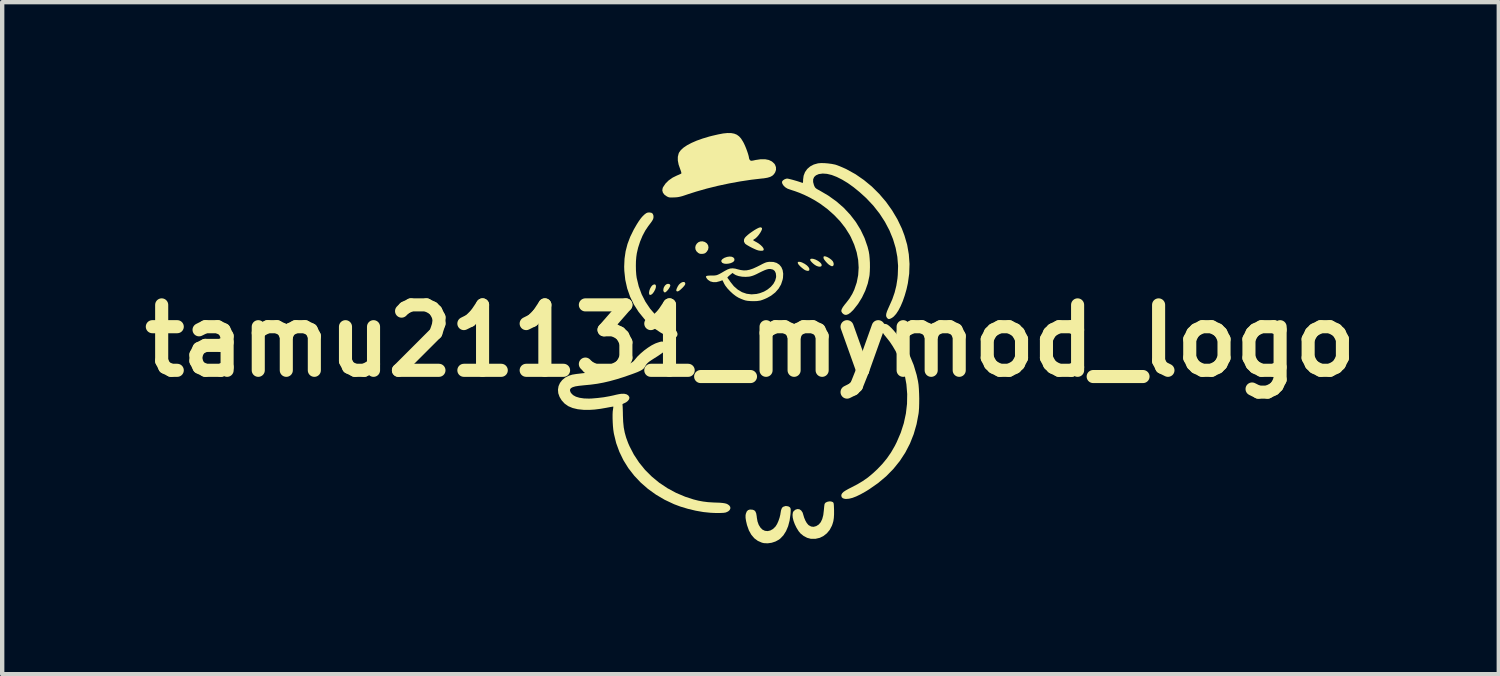
<source format=kicad_pcb>
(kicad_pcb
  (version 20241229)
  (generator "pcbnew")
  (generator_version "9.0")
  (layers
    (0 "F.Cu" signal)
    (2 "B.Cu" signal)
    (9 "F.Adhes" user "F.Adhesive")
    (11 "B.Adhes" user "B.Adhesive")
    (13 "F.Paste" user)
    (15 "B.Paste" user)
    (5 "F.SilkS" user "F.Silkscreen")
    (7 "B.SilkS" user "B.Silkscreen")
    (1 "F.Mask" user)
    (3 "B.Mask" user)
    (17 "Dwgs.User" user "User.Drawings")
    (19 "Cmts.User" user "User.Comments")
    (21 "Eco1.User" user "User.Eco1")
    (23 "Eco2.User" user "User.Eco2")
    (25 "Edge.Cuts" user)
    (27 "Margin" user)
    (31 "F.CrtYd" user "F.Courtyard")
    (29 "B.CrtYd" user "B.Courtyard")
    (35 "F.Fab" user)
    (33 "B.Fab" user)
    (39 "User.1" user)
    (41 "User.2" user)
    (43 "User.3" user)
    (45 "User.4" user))
  (footprint "tamu21131_mymod_logo"
    (layer "F.Cu")
    (at 14.157 4.762)
    (property "Reference" "tamu21131_mymod_logo" (at 0 0 0) (layer "F.SilkS") (effects (font (size 1.5 1.5) (thickness 0.3))))
    (attr board_only exclude_from_pos_files exclude_from_bom)
    (fp_poly (pts (xy -2.183 -1.287) (xy -2.169 -1.266) (xy -2.168 -1.231) (xy -2.181 -1.185) (xy -2.187 -1.171) (xy -2.214 -1.121) (xy -2.243 -1.082) (xy -2.272 -1.058) (xy -2.297 -1.049) (xy -2.317 -1.057) (xy -2.324 -1.071) (xy -2.326 -1.11) (xy -2.316 -1.158) (xy -2.296 -1.207) (xy -2.269 -1.25) (xy -2.242 -1.277) (xy -2.207 -1.292)) (stroke (width 0) (type solid)) (fill yes) (layer "F.SilkS"))
    (fp_poly (pts (xy -1.862 -1.3) (xy -1.846 -1.287) (xy -1.838 -1.272) (xy -1.841 -1.253) (xy -1.855 -1.223) (xy -1.858 -1.216) (xy -1.881 -1.181) (xy -1.908 -1.148) (xy -1.936 -1.121) (xy -1.958 -1.107) (xy -1.963 -1.106) (xy -1.978 -1.113) (xy -1.986 -1.12) (xy -1.999 -1.148) (xy -1.996 -1.19) (xy -1.984 -1.228) (xy -1.959 -1.267) (xy -1.928 -1.294) (xy -1.893 -1.305)) (stroke (width 0) (type solid)) (fill yes) (layer "F.SilkS"))
    (fp_poly (pts (xy -0.432 -1.926) (xy -0.395 -1.91) (xy -0.372 -1.884) (xy -0.367 -1.849) (xy -0.381 -1.821) (xy -0.413 -1.797) (xy -0.457 -1.778) (xy -0.508 -1.767) (xy -0.56 -1.763) (xy -0.607 -1.768) (xy -0.644 -1.784) (xy -0.648 -1.786) (xy -0.668 -1.814) (xy -0.667 -1.843) (xy -0.643 -1.872) (xy -0.599 -1.9) (xy -0.597 -1.901) (xy -0.537 -1.922) (xy -0.481 -1.93)) (stroke (width 0) (type solid)) (fill yes) (layer "F.SilkS"))
    (fp_poly (pts (xy 1.15 -1.805) (xy 1.184 -1.793) (xy 1.244 -1.762) (xy 1.294 -1.726) (xy 1.33 -1.688) (xy 1.349 -1.652) (xy 1.349 -1.619) (xy 1.349 -1.618) (xy 1.332 -1.604) (xy 1.302 -1.602) (xy 1.264 -1.613) (xy 1.232 -1.63) (xy 1.199 -1.655) (xy 1.159 -1.688) (xy 1.135 -1.71) (xy 1.099 -1.751) (xy 1.083 -1.783) (xy 1.087 -1.803) (xy 1.109 -1.811)) (stroke (width 0) (type solid)) (fill yes) (layer "F.SilkS"))
    (fp_poly (pts (xy -1.503 -1.336) (xy -1.494 -1.309) (xy -1.494 -1.308) (xy -1.501 -1.284) (xy -1.524 -1.252) (xy -1.564 -1.209) (xy -1.569 -1.204) (xy -1.618 -1.159) (xy -1.657 -1.134) (xy -1.685 -1.13) (xy -1.701 -1.146) (xy -1.701 -1.146) (xy -1.7 -1.169) (xy -1.688 -1.204) (xy -1.669 -1.243) (xy -1.645 -1.28) (xy -1.629 -1.298) (xy -1.593 -1.328) (xy -1.556 -1.345) (xy -1.525 -1.347)) (stroke (width 0) (type solid)) (fill yes) (layer "F.SilkS"))
    (fp_poly (pts (xy -1.046 -2.264) (xy -1 -2.232) (xy -0.972 -2.189) (xy -0.963 -2.139) (xy -0.973 -2.087) (xy -1.004 -2.039) (xy -1.034 -2.011) (xy -1.065 -1.997) (xy -1.101 -1.992) (xy -1.143 -1.991) (xy -1.174 -1.999) (xy -1.2 -2.014) (xy -1.241 -2.053) (xy -1.262 -2.097) (xy -1.266 -2.143) (xy -1.255 -2.188) (xy -1.23 -2.227) (xy -1.195 -2.258) (xy -1.15 -2.276) (xy -1.099 -2.279)) (stroke (width 0) (type solid)) (fill yes) (layer "F.SilkS"))
    (fp_poly (pts (xy 1.444 -1.876) (xy 1.487 -1.862) (xy 1.53 -1.841) (xy 1.571 -1.815) (xy 1.605 -1.786) (xy 1.627 -1.757) (xy 1.633 -1.729) (xy 1.633 -1.727) (xy 1.62 -1.705) (xy 1.592 -1.697) (xy 1.552 -1.702) (xy 1.511 -1.717) (xy 1.473 -1.74) (xy 1.435 -1.77) (xy 1.402 -1.802) (xy 1.378 -1.831) (xy 1.367 -1.853) (xy 1.367 -1.857) (xy 1.38 -1.876) (xy 1.408 -1.881)) (stroke (width 0) (type solid)) (fill yes) (layer "F.SilkS"))
    (fp_poly (pts (xy 1.734 -1.929) (xy 1.774 -1.912) (xy 1.815 -1.887) (xy 1.854 -1.857) (xy 1.884 -1.826) (xy 1.889 -1.818) (xy 1.905 -1.783) (xy 1.908 -1.748) (xy 1.899 -1.722) (xy 1.893 -1.716) (xy 1.878 -1.709) (xy 1.865 -1.708) (xy 1.845 -1.716) (xy 1.826 -1.726) (xy 1.795 -1.746) (xy 1.759 -1.779) (xy 1.724 -1.817) (xy 1.694 -1.855) (xy 1.677 -1.886) (xy 1.675 -1.892) (xy 1.674 -1.918) (xy 1.68 -1.932) (xy 1.701 -1.937)) (stroke (width 0) (type solid)) (fill yes) (layer "F.SilkS"))
    (fp_poly (pts (xy 0.252 -2.593) (xy 0.264 -2.581) (xy 0.263 -2.555) (xy 0.248 -2.518) (xy 0.223 -2.474) (xy 0.191 -2.428) (xy 0.155 -2.385) (xy 0.119 -2.35) (xy 0.09 -2.33) (xy 0.068 -2.316) (xy 0.059 -2.307) (xy 0.069 -2.299) (xy 0.094 -2.283) (xy 0.13 -2.263) (xy 0.135 -2.261) (xy 0.186 -2.23) (xy 0.233 -2.193) (xy 0.271 -2.156) (xy 0.296 -2.121) (xy 0.304 -2.093) (xy 0.304 -2.091) (xy 0.296 -2.072) (xy 0.275 -2.064) (xy 0.259 -2.063) (xy 0.217 -2.064) (xy 0.18 -2.07) (xy 0.142 -2.082) (xy 0.093 -2.103) (xy 0.038 -2.129) (xy -0.016 -2.157) (xy -0.065 -2.185) (xy -0.103 -2.209) (xy -0.125 -2.227) (xy -0.149 -2.271) (xy -0.149 -2.317) (xy -0.132 -2.356) (xy -0.105 -2.387) (xy -0.065 -2.424) (xy -0.015 -2.464) (xy 0.041 -2.503) (xy 0.097 -2.54) (xy 0.149 -2.57) (xy 0.193 -2.591) (xy 0.225 -2.6) (xy 0.227 -2.6)) (stroke (width 0) (type solid)) (fill yes) (layer "F.SilkS"))
    (fp_poly (pts (xy 0.862 3.797) (xy 0.881 3.805) (xy 0.901 3.818) (xy 0.914 3.834) (xy 0.921 3.858) (xy 0.922 3.894) (xy 0.919 3.947) (xy 0.917 3.978) (xy 0.897 4.123) (xy 0.863 4.253) (xy 0.815 4.366) (xy 0.755 4.461) (xy 0.682 4.537) (xy 0.653 4.56) (xy 0.574 4.603) (xy 0.486 4.632) (xy 0.395 4.645) (xy 0.308 4.641) (xy 0.262 4.63) (xy 0.168 4.589) (xy 0.086 4.528) (xy 0.018 4.447) (xy -0.037 4.348) (xy -0.079 4.229) (xy -0.081 4.222) (xy -0.102 4.132) (xy -0.113 4.06) (xy -0.113 4.001) (xy -0.106 3.966) (xy -0.086 3.915) (xy -0.056 3.884) (xy -0.015 3.871) (xy -0.001 3.871) (xy 0.05 3.875) (xy 0.087 3.889) (xy 0.113 3.916) (xy 0.131 3.959) (xy 0.142 4.022) (xy 0.146 4.059) (xy 0.161 4.144) (xy 0.189 4.222) (xy 0.229 4.286) (xy 0.273 4.33) (xy 0.33 4.358) (xy 0.392 4.365) (xy 0.454 4.351) (xy 0.515 4.317) (xy 0.569 4.265) (xy 0.578 4.253) (xy 0.61 4.202) (xy 0.64 4.135) (xy 0.666 4.06) (xy 0.684 3.987) (xy 0.688 3.959) (xy 0.699 3.895) (xy 0.713 3.851) (xy 0.731 3.822) (xy 0.753 3.806) (xy 0.808 3.789)) (stroke (width 0) (type solid)) (fill yes) (layer "F.SilkS"))
    (fp_poly (pts (xy 1.847 3.685) (xy 1.884 3.698) (xy 1.888 3.701) (xy 1.898 3.71) (xy 1.905 3.724) (xy 1.909 3.746) (xy 1.912 3.781) (xy 1.914 3.833) (xy 1.916 3.88) (xy 1.916 3.981) (xy 1.911 4.065) (xy 1.9 4.137) (xy 1.881 4.202) (xy 1.867 4.241) (xy 1.817 4.336) (xy 1.752 4.415) (xy 1.675 4.476) (xy 1.589 4.519) (xy 1.494 4.541) (xy 1.395 4.542) (xy 1.382 4.541) (xy 1.299 4.519) (xy 1.219 4.477) (xy 1.149 4.421) (xy 1.103 4.366) (xy 1.055 4.288) (xy 1.016 4.208) (xy 0.987 4.13) (xy 0.969 4.058) (xy 0.964 3.994) (xy 0.971 3.942) (xy 0.989 3.907) (xy 1.034 3.872) (xy 1.081 3.859) (xy 1.125 3.866) (xy 1.163 3.893) (xy 1.194 3.938) (xy 1.211 3.992) (xy 1.23 4.056) (xy 1.256 4.119) (xy 1.288 4.176) (xy 1.322 4.218) (xy 1.335 4.23) (xy 1.39 4.26) (xy 1.446 4.267) (xy 1.506 4.251) (xy 1.508 4.25) (xy 1.565 4.214) (xy 1.611 4.16) (xy 1.645 4.088) (xy 1.669 3.997) (xy 1.682 3.888) (xy 1.687 3.834) (xy 1.692 3.786) (xy 1.697 3.752) (xy 1.701 3.738) (xy 1.722 3.712) (xy 1.759 3.694) (xy 1.803 3.684)) (stroke (width 0) (type solid)) (fill yes) (layer "F.SilkS"))
    (fp_poly (pts (xy -2.273 -2.934) (xy -2.241 -2.911) (xy -2.226 -2.872) (xy -2.224 -2.844) (xy -2.225 -2.819) (xy -2.231 -2.795) (xy -2.243 -2.768) (xy -2.264 -2.734) (xy -2.296 -2.69) (xy -2.34 -2.632) (xy -2.348 -2.621) (xy -2.415 -2.521) (xy -2.477 -2.403) (xy -2.531 -2.273) (xy -2.576 -2.135) (xy -2.606 -2.006) (xy -2.618 -1.922) (xy -2.626 -1.823) (xy -2.628 -1.717) (xy -2.626 -1.611) (xy -2.619 -1.514) (xy -2.609 -1.44) (xy -2.562 -1.245) (xy -2.495 -1.063) (xy -2.408 -0.893) (xy -2.301 -0.734) (xy -2.172 -0.585) (xy -2.141 -0.552) (xy -2.099 -0.512) (xy -2.058 -0.476) (xy -2.015 -0.443) (xy -1.966 -0.409) (xy -1.906 -0.371) (xy -1.831 -0.325) (xy -1.797 -0.305) (xy -1.738 -0.263) (xy -1.697 -0.219) (xy -1.676 -0.174) (xy -1.674 -0.131) (xy -1.694 -0.093) (xy -1.699 -0.088) (xy -1.732 -0.065) (xy -1.771 -0.058) (xy -1.82 -0.066) (xy -1.881 -0.089) (xy -1.935 -0.115) (xy -2.069 -0.192) (xy -2.186 -0.27) (xy -2.292 -0.357) (xy -2.394 -0.455) (xy -2.433 -0.498) (xy -2.564 -0.659) (xy -2.673 -0.83) (xy -2.761 -1.011) (xy -2.827 -1.2) (xy -2.871 -1.397) (xy -2.893 -1.602) (xy -2.896 -1.7) (xy -2.888 -1.88) (xy -2.863 -2.051) (xy -2.82 -2.217) (xy -2.758 -2.382) (xy -2.676 -2.549) (xy -2.606 -2.67) (xy -2.56 -2.742) (xy -2.521 -2.797) (xy -2.485 -2.841) (xy -2.448 -2.878) (xy -2.424 -2.9) (xy -2.388 -2.926) (xy -2.357 -2.938) (xy -2.322 -2.941)) (stroke (width 0) (type solid)) (fill yes) (layer "F.SilkS"))
    (fp_poly (pts (xy 3.119 -0.379) (xy 3.148 -0.364) (xy 3.183 -0.337) (xy 3.227 -0.295) (xy 3.278 -0.241) (xy 3.33 -0.18) (xy 3.381 -0.115) (xy 3.405 -0.083) (xy 3.539 0.123) (xy 3.651 0.337) (xy 3.742 0.558) (xy 3.81 0.785) (xy 3.841 0.929) (xy 3.853 1.008) (xy 3.861 1.105) (xy 3.866 1.212) (xy 3.869 1.325) (xy 3.868 1.437) (xy 3.865 1.542) (xy 3.858 1.634) (xy 3.853 1.674) (xy 3.808 1.913) (xy 3.742 2.142) (xy 3.656 2.359) (xy 3.549 2.565) (xy 3.423 2.758) (xy 3.276 2.94) (xy 3.11 3.109) (xy 2.924 3.265) (xy 2.719 3.408) (xy 2.643 3.455) (xy 2.527 3.52) (xy 2.426 3.569) (xy 2.338 3.603) (xy 2.261 3.622) (xy 2.192 3.628) (xy 2.165 3.626) (xy 2.119 3.613) (xy 2.091 3.587) (xy 2.082 3.552) (xy 2.087 3.523) (xy 2.104 3.495) (xy 2.134 3.465) (xy 2.181 3.434) (xy 2.245 3.398) (xy 2.31 3.365) (xy 2.452 3.291) (xy 2.577 3.216) (xy 2.693 3.135) (xy 2.804 3.042) (xy 2.908 2.946) (xy 3.027 2.821) (xy 3.131 2.694) (xy 3.224 2.559) (xy 3.31 2.41) (xy 3.353 2.324) (xy 3.445 2.11) (xy 3.515 1.892) (xy 3.563 1.67) (xy 3.589 1.447) (xy 3.593 1.223) (xy 3.575 1) (xy 3.535 0.78) (xy 3.472 0.565) (xy 3.387 0.356) (xy 3.382 0.345) (xy 3.324 0.232) (xy 3.26 0.123) (xy 3.193 0.023) (xy 3.128 -0.06) (xy 3.066 -0.136) (xy 3.023 -0.2) (xy 2.997 -0.255) (xy 2.988 -0.301) (xy 2.995 -0.341) (xy 3.007 -0.362) (xy 3.034 -0.383) (xy 3.074 -0.388)) (stroke (width 0) (type solid)) (fill yes) (layer "F.SilkS"))
    (fp_poly (pts (xy -0.445 -4.761) (xy -0.374 -4.748) (xy -0.314 -4.724) (xy -0.262 -4.686) (xy -0.216 -4.635) (xy -0.175 -4.57) (xy -0.153 -4.53) (xy -0.126 -4.472) (xy -0.1 -4.409) (xy -0.076 -4.344) (xy -0.056 -4.284) (xy -0.042 -4.234) (xy -0.035 -4.199) (xy -0.035 -4.195) (xy -0.027 -4.163) (xy -0.013 -4.143) (xy -0.002 -4.133) (xy 0.01 -4.127) (xy 0.029 -4.127) (xy 0.059 -4.131) (xy 0.105 -4.141) (xy 0.119 -4.144) (xy 0.234 -4.161) (xy 0.335 -4.161) (xy 0.421 -4.144) (xy 0.491 -4.11) (xy 0.546 -4.06) (xy 0.563 -4.035) (xy 0.584 -3.979) (xy 0.585 -3.917) (xy 0.566 -3.861) (xy 0.537 -3.817) (xy 0.5 -3.782) (xy 0.451 -3.756) (xy 0.387 -3.737) (xy 0.304 -3.723) (xy 0.259 -3.719) (xy 0.018 -3.691) (xy -0.234 -3.653) (xy -0.492 -3.606) (xy -0.749 -3.551) (xy -1 -3.489) (xy -1.239 -3.421) (xy -1.418 -3.364) (xy -1.495 -3.338) (xy -1.555 -3.318) (xy -1.603 -3.305) (xy -1.644 -3.296) (xy -1.682 -3.29) (xy -1.723 -3.287) (xy -1.747 -3.286) (xy -1.803 -3.284) (xy -1.841 -3.284) (xy -1.869 -3.288) (xy -1.894 -3.297) (xy -1.918 -3.309) (xy -1.973 -3.348) (xy -2.008 -3.395) (xy -2.022 -3.447) (xy -2.013 -3.502) (xy -2.004 -3.521) (xy -1.95 -3.602) (xy -1.876 -3.676) (xy -1.784 -3.74) (xy -1.686 -3.788) (xy -1.643 -3.806) (xy -1.608 -3.822) (xy -1.588 -3.833) (xy -1.585 -3.835) (xy -1.585 -3.849) (xy -1.592 -3.879) (xy -1.606 -3.919) (xy -1.611 -3.932) (xy -1.648 -4.039) (xy -1.666 -4.133) (xy -1.666 -4.216) (xy -1.648 -4.29) (xy -1.636 -4.317) (xy -1.596 -4.372) (xy -1.534 -4.428) (xy -1.452 -4.483) (xy -1.351 -4.536) (xy -1.232 -4.588) (xy -1.097 -4.636) (xy -0.947 -4.681) (xy -0.876 -4.699) (xy -0.742 -4.73) (xy -0.627 -4.752) (xy -0.528 -4.762)) (stroke (width 0) (type solid)) (fill yes) (layer "F.SilkS"))
    (fp_poly (pts (xy 0.525 -1.806) (xy 0.6 -1.784) (xy 0.661 -1.744) (xy 0.707 -1.689) (xy 0.737 -1.619) (xy 0.75 -1.536) (xy 0.745 -1.441) (xy 0.736 -1.397) (xy 0.701 -1.291) (xy 0.644 -1.194) (xy 0.568 -1.107) (xy 0.473 -1.033) (xy 0.382 -0.982) (xy 0.329 -0.958) (xy 0.275 -0.937) (xy 0.23 -0.922) (xy 0.214 -0.919) (xy 0.152 -0.91) (xy 0.078 -0.907) (xy 0.001 -0.909) (xy -0.07 -0.915) (xy -0.118 -0.924) (xy -0.161 -0.938) (xy -0.214 -0.959) (xy -0.266 -0.982) (xy -0.271 -0.984) (xy -0.334 -1.022) (xy -0.402 -1.074) (xy -0.468 -1.135) (xy -0.529 -1.2) (xy -0.578 -1.264) (xy -0.606 -1.312) (xy -0.623 -1.348) (xy -0.636 -1.374) (xy -0.641 -1.385) (xy -0.652 -1.383) (xy -0.678 -1.374) (xy -0.704 -1.364) (xy -0.782 -1.344) (xy -0.855 -1.343) (xy -0.921 -1.36) (xy -0.975 -1.396) (xy -0.996 -1.419) (xy -1.011 -1.442) (xy -0.53 -1.442) (xy -0.529 -1.441) (xy -0.518 -1.429) (xy -0.497 -1.401) (xy -0.471 -1.364) (xy -0.46 -1.348) (xy -0.381 -1.249) (xy -0.291 -1.171) (xy -0.194 -1.113) (xy -0.089 -1.077) (xy 0.022 -1.063) (xy 0.138 -1.072) (xy 0.214 -1.09) (xy 0.309 -1.126) (xy 0.394 -1.176) (xy 0.467 -1.236) (xy 0.525 -1.303) (xy 0.565 -1.376) (xy 0.586 -1.451) (xy 0.588 -1.483) (xy 0.58 -1.549) (xy 0.556 -1.599) (xy 0.516 -1.631) (xy 0.46 -1.644) (xy 0.417 -1.644) (xy 0.379 -1.636) (xy 0.332 -1.62) (xy 0.272 -1.593) (xy 0.204 -1.56) (xy 0.135 -1.525) (xy 0.081 -1.501) (xy 0.036 -1.485) (xy -0.006 -1.474) (xy -0.034 -1.469) (xy -0.113 -1.464) (xy -0.194 -1.468) (xy -0.271 -1.482) (xy -0.336 -1.504) (xy -0.38 -1.53) (xy -0.412 -1.554) (xy -0.476 -1.502) (xy -0.507 -1.475) (xy -0.526 -1.454) (xy -0.53 -1.442) (xy -1.011 -1.442) (xy -1.016 -1.449) (xy -1.022 -1.47) (xy -1.011 -1.483) (xy -0.981 -1.491) (xy -0.932 -1.494) (xy -0.896 -1.494) (xy -0.85 -1.494) (xy -0.813 -1.497) (xy -0.781 -1.502) (xy -0.749 -1.513) (xy -0.712 -1.53) (xy -0.665 -1.556) (xy -0.604 -1.592) (xy -0.594 -1.598) (xy -0.526 -1.634) (xy -0.468 -1.655) (xy -0.411 -1.66) (xy -0.35 -1.653) (xy -0.302 -1.64) (xy -0.226 -1.621) (xy -0.157 -1.612) (xy -0.089 -1.614) (xy -0.019 -1.628) (xy 0.058 -1.654) (xy 0.146 -1.694) (xy 0.22 -1.731) (xy 0.279 -1.762) (xy 0.324 -1.783) (xy 0.36 -1.797) (xy 0.393 -1.804) (xy 0.428 -1.809) (xy 0.436 -1.809)) (stroke (width 0) (type solid)) (fill yes) (layer "F.SilkS"))
    (fp_poly (pts (xy 1.694 -4.072) (xy 1.778 -4.065) (xy 1.862 -4.054) (xy 1.937 -4.039) (xy 1.949 -4.036) (xy 1.993 -4.021) (xy 2.052 -3.998) (xy 2.118 -3.97) (xy 2.185 -3.94) (xy 2.207 -3.929) (xy 2.409 -3.817) (xy 2.601 -3.684) (xy 2.783 -3.534) (xy 2.952 -3.366) (xy 3.107 -3.185) (xy 3.246 -2.99) (xy 3.368 -2.785) (xy 3.47 -2.572) (xy 3.529 -2.416) (xy 3.592 -2.201) (xy 3.63 -1.982) (xy 3.646 -1.761) (xy 3.639 -1.538) (xy 3.608 -1.316) (xy 3.578 -1.181) (xy 3.537 -1.038) (xy 3.492 -0.908) (xy 3.443 -0.793) (xy 3.392 -0.695) (xy 3.339 -0.615) (xy 3.285 -0.555) (xy 3.244 -0.524) (xy 3.202 -0.503) (xy 3.173 -0.496) (xy 3.151 -0.504) (xy 3.129 -0.526) (xy 3.114 -0.553) (xy 3.109 -0.584) (xy 3.114 -0.623) (xy 3.13 -0.674) (xy 3.158 -0.74) (xy 3.181 -0.791) (xy 3.252 -0.951) (xy 3.305 -1.105) (xy 3.344 -1.262) (xy 3.37 -1.429) (xy 3.377 -1.508) (xy 3.384 -1.715) (xy 3.367 -1.922) (xy 3.328 -2.128) (xy 3.267 -2.331) (xy 3.185 -2.531) (xy 3.082 -2.726) (xy 2.96 -2.914) (xy 2.818 -3.095) (xy 2.657 -3.266) (xy 2.64 -3.282) (xy 2.501 -3.408) (xy 2.365 -3.519) (xy 2.231 -3.615) (xy 2.102 -3.693) (xy 1.979 -3.755) (xy 1.863 -3.8) (xy 1.754 -3.826) (xy 1.656 -3.833) (xy 1.568 -3.821) (xy 1.562 -3.819) (xy 1.501 -3.792) (xy 1.459 -3.753) (xy 1.437 -3.701) (xy 1.436 -3.639) (xy 1.455 -3.567) (xy 1.46 -3.556) (xy 1.473 -3.527) (xy 1.488 -3.506) (xy 1.51 -3.487) (xy 1.544 -3.466) (xy 1.58 -3.447) (xy 1.783 -3.328) (xy 1.969 -3.195) (xy 2.137 -3.049) (xy 2.286 -2.89) (xy 2.416 -2.721) (xy 2.526 -2.541) (xy 2.616 -2.352) (xy 2.685 -2.153) (xy 2.712 -2.045) (xy 2.724 -1.974) (xy 2.732 -1.886) (xy 2.738 -1.788) (xy 2.739 -1.688) (xy 2.736 -1.593) (xy 2.73 -1.509) (xy 2.725 -1.476) (xy 2.689 -1.311) (xy 2.632 -1.148) (xy 2.557 -0.991) (xy 2.467 -0.845) (xy 2.364 -0.714) (xy 2.35 -0.699) (xy 2.292 -0.643) (xy 2.242 -0.608) (xy 2.197 -0.593) (xy 2.164 -0.594) (xy 2.13 -0.611) (xy 2.101 -0.639) (xy 2.084 -0.672) (xy 2.082 -0.684) (xy 2.091 -0.721) (xy 2.117 -0.77) (xy 2.159 -0.827) (xy 2.193 -0.868) (xy 2.268 -0.965) (xy 2.335 -1.076) (xy 2.38 -1.171) (xy 2.436 -1.335) (xy 2.469 -1.504) (xy 2.48 -1.676) (xy 2.469 -1.851) (xy 2.435 -2.027) (xy 2.378 -2.203) (xy 2.3 -2.378) (xy 2.275 -2.425) (xy 2.176 -2.583) (xy 2.057 -2.736) (xy 1.919 -2.881) (xy 1.766 -3.017) (xy 1.6 -3.14) (xy 1.478 -3.217) (xy 1.364 -3.28) (xy 1.244 -3.339) (xy 1.126 -3.39) (xy 1.017 -3.43) (xy 0.995 -3.437) (xy 0.942 -3.454) (xy 0.893 -3.471) (xy 0.856 -3.484) (xy 0.841 -3.491) (xy 0.794 -3.521) (xy 0.756 -3.559) (xy 0.731 -3.598) (xy 0.722 -3.635) (xy 0.724 -3.648) (xy 0.743 -3.675) (xy 0.776 -3.698) (xy 0.816 -3.714) (xy 0.843 -3.718) (xy 0.866 -3.714) (xy 0.905 -3.705) (xy 0.956 -3.692) (xy 1.013 -3.676) (xy 1.071 -3.659) (xy 1.124 -3.642) (xy 1.166 -3.628) (xy 1.188 -3.619) (xy 1.198 -3.619) (xy 1.203 -3.631) (xy 1.206 -3.659) (xy 1.206 -3.691) (xy 1.218 -3.783) (xy 1.25 -3.866) (xy 1.301 -3.938) (xy 1.368 -3.996) (xy 1.451 -4.04) (xy 1.547 -4.067) (xy 1.555 -4.068) (xy 1.617 -4.073)) (stroke (width 0) (type solid)) (fill yes) (layer "F.SilkS"))
    (fp_poly (pts (xy -2.01 0.023) (xy -1.995 0.035) (xy -1.984 0.048) (xy -1.956 0.09) (xy -1.939 0.137) (xy -1.935 0.18) (xy -1.941 0.206) (xy -1.962 0.231) (xy -2.001 0.265) (xy -2.058 0.306) (xy -2.13 0.355) (xy -2.211 0.406) (xy -2.276 0.448) (xy -2.325 0.482) (xy -2.36 0.512) (xy -2.386 0.541) (xy -2.407 0.573) (xy -2.415 0.588) (xy -2.433 0.617) (xy -2.456 0.644) (xy -2.488 0.668) (xy -2.532 0.692) (xy -2.591 0.719) (xy -2.667 0.748) (xy -2.73 0.771) (xy -2.909 0.833) (xy -3.072 0.884) (xy -3.224 0.926) (xy -3.37 0.96) (xy -3.515 0.987) (xy -3.664 1.007) (xy -3.822 1.022) (xy -3.829 1.023) (xy -3.934 1.034) (xy -4.016 1.047) (xy -4.076 1.065) (xy -4.116 1.087) (xy -4.136 1.115) (xy -4.138 1.148) (xy -4.122 1.187) (xy -4.112 1.202) (xy -4.068 1.247) (xy -4.003 1.283) (xy -3.92 1.308) (xy -3.821 1.323) (xy -3.706 1.327) (xy -3.642 1.325) (xy -3.503 1.313) (xy -3.364 1.296) (xy -3.234 1.273) (xy -3.14 1.253) (xy -3.083 1.239) (xy -3.026 1.227) (xy -2.978 1.219) (xy -2.963 1.217) (xy -2.897 1.216) (xy -2.843 1.228) (xy -2.803 1.253) (xy -2.78 1.288) (xy -2.776 1.313) (xy -2.787 1.347) (xy -2.814 1.382) (xy -2.854 1.413) (xy -2.889 1.43) (xy -2.921 1.445) (xy -2.935 1.457) (xy -2.935 1.473) (xy -2.935 1.473) (xy -2.932 1.491) (xy -2.93 1.529) (xy -2.928 1.583) (xy -2.926 1.647) (xy -2.925 1.715) (xy -2.919 1.86) (xy -2.906 1.989) (xy -2.883 2.108) (xy -2.85 2.225) (xy -2.805 2.347) (xy -2.774 2.418) (xy -2.674 2.611) (xy -2.554 2.793) (xy -2.417 2.962) (xy -2.261 3.117) (xy -2.091 3.257) (xy -1.905 3.381) (xy -1.707 3.488) (xy -1.497 3.577) (xy -1.306 3.639) (xy -1.195 3.667) (xy -1.087 3.687) (xy -0.974 3.701) (xy -0.848 3.709) (xy -0.792 3.711) (xy -0.705 3.714) (xy -0.638 3.72) (xy -0.587 3.728) (xy -0.547 3.739) (xy -0.516 3.755) (xy -0.489 3.776) (xy -0.485 3.779) (xy -0.463 3.813) (xy -0.462 3.849) (xy -0.479 3.884) (xy -0.513 3.914) (xy -0.561 3.936) (xy -0.576 3.94) (xy -0.617 3.946) (xy -0.675 3.949) (xy -0.747 3.95) (xy -0.826 3.949) (xy -0.909 3.945) (xy -0.912 3.945) (xy -1.08 3.928) (xy -1.257 3.897) (xy -1.436 3.854) (xy -1.609 3.802) (xy -1.753 3.748) (xy -1.967 3.647) (xy -2.166 3.53) (xy -2.35 3.398) (xy -2.517 3.252) (xy -2.667 3.093) (xy -2.8 2.922) (xy -2.913 2.74) (xy -3.006 2.548) (xy -3.079 2.348) (xy -3.13 2.139) (xy -3.135 2.112) (xy -3.146 2.038) (xy -3.154 1.954) (xy -3.159 1.864) (xy -3.162 1.776) (xy -3.162 1.694) (xy -3.159 1.627) (xy -3.155 1.595) (xy -3.149 1.554) (xy -3.145 1.524) (xy -3.145 1.51) (xy -3.145 1.51) (xy -3.157 1.511) (xy -3.187 1.516) (xy -3.232 1.524) (xy -3.286 1.534) (xy -3.289 1.535) (xy -3.438 1.561) (xy -3.571 1.578) (xy -3.696 1.586) (xy -3.817 1.585) (xy -3.823 1.585) (xy -3.959 1.571) (xy -4.077 1.543) (xy -4.177 1.501) (xy -4.261 1.442) (xy -4.329 1.368) (xy -4.377 1.289) (xy -4.407 1.205) (xy -4.414 1.122) (xy -4.401 1.042) (xy -4.368 0.968) (xy -4.317 0.902) (xy -4.25 0.846) (xy -4.167 0.803) (xy -4.088 0.778) (xy -4.051 0.772) (xy -3.995 0.763) (xy -3.925 0.755) (xy -3.844 0.745) (xy -3.758 0.736) (xy -3.671 0.728) (xy -3.624 0.723) (xy -3.472 0.706) (xy -3.317 0.681) (xy -3.164 0.649) (xy -3.018 0.611) (xy -2.886 0.569) (xy -2.791 0.533) (xy -2.74 0.509) (xy -2.704 0.488) (xy -2.677 0.465) (xy -2.653 0.436) (xy -2.595 0.366) (xy -2.521 0.294) (xy -2.439 0.224) (xy -2.352 0.16) (xy -2.266 0.105) (xy -2.185 0.064) (xy -2.145 0.049) (xy -2.09 0.031) (xy -2.052 0.021) (xy -2.027 0.018)) (stroke (width 0) (type solid)) (fill yes) (layer "F.SilkS")))
  (gr_rect
    (start -3 -3)
    (end 31.314 12.407)
    (stroke (width 0.1) (type default))
    (fill no)
    (layer "Edge.Cuts")))
</source>
